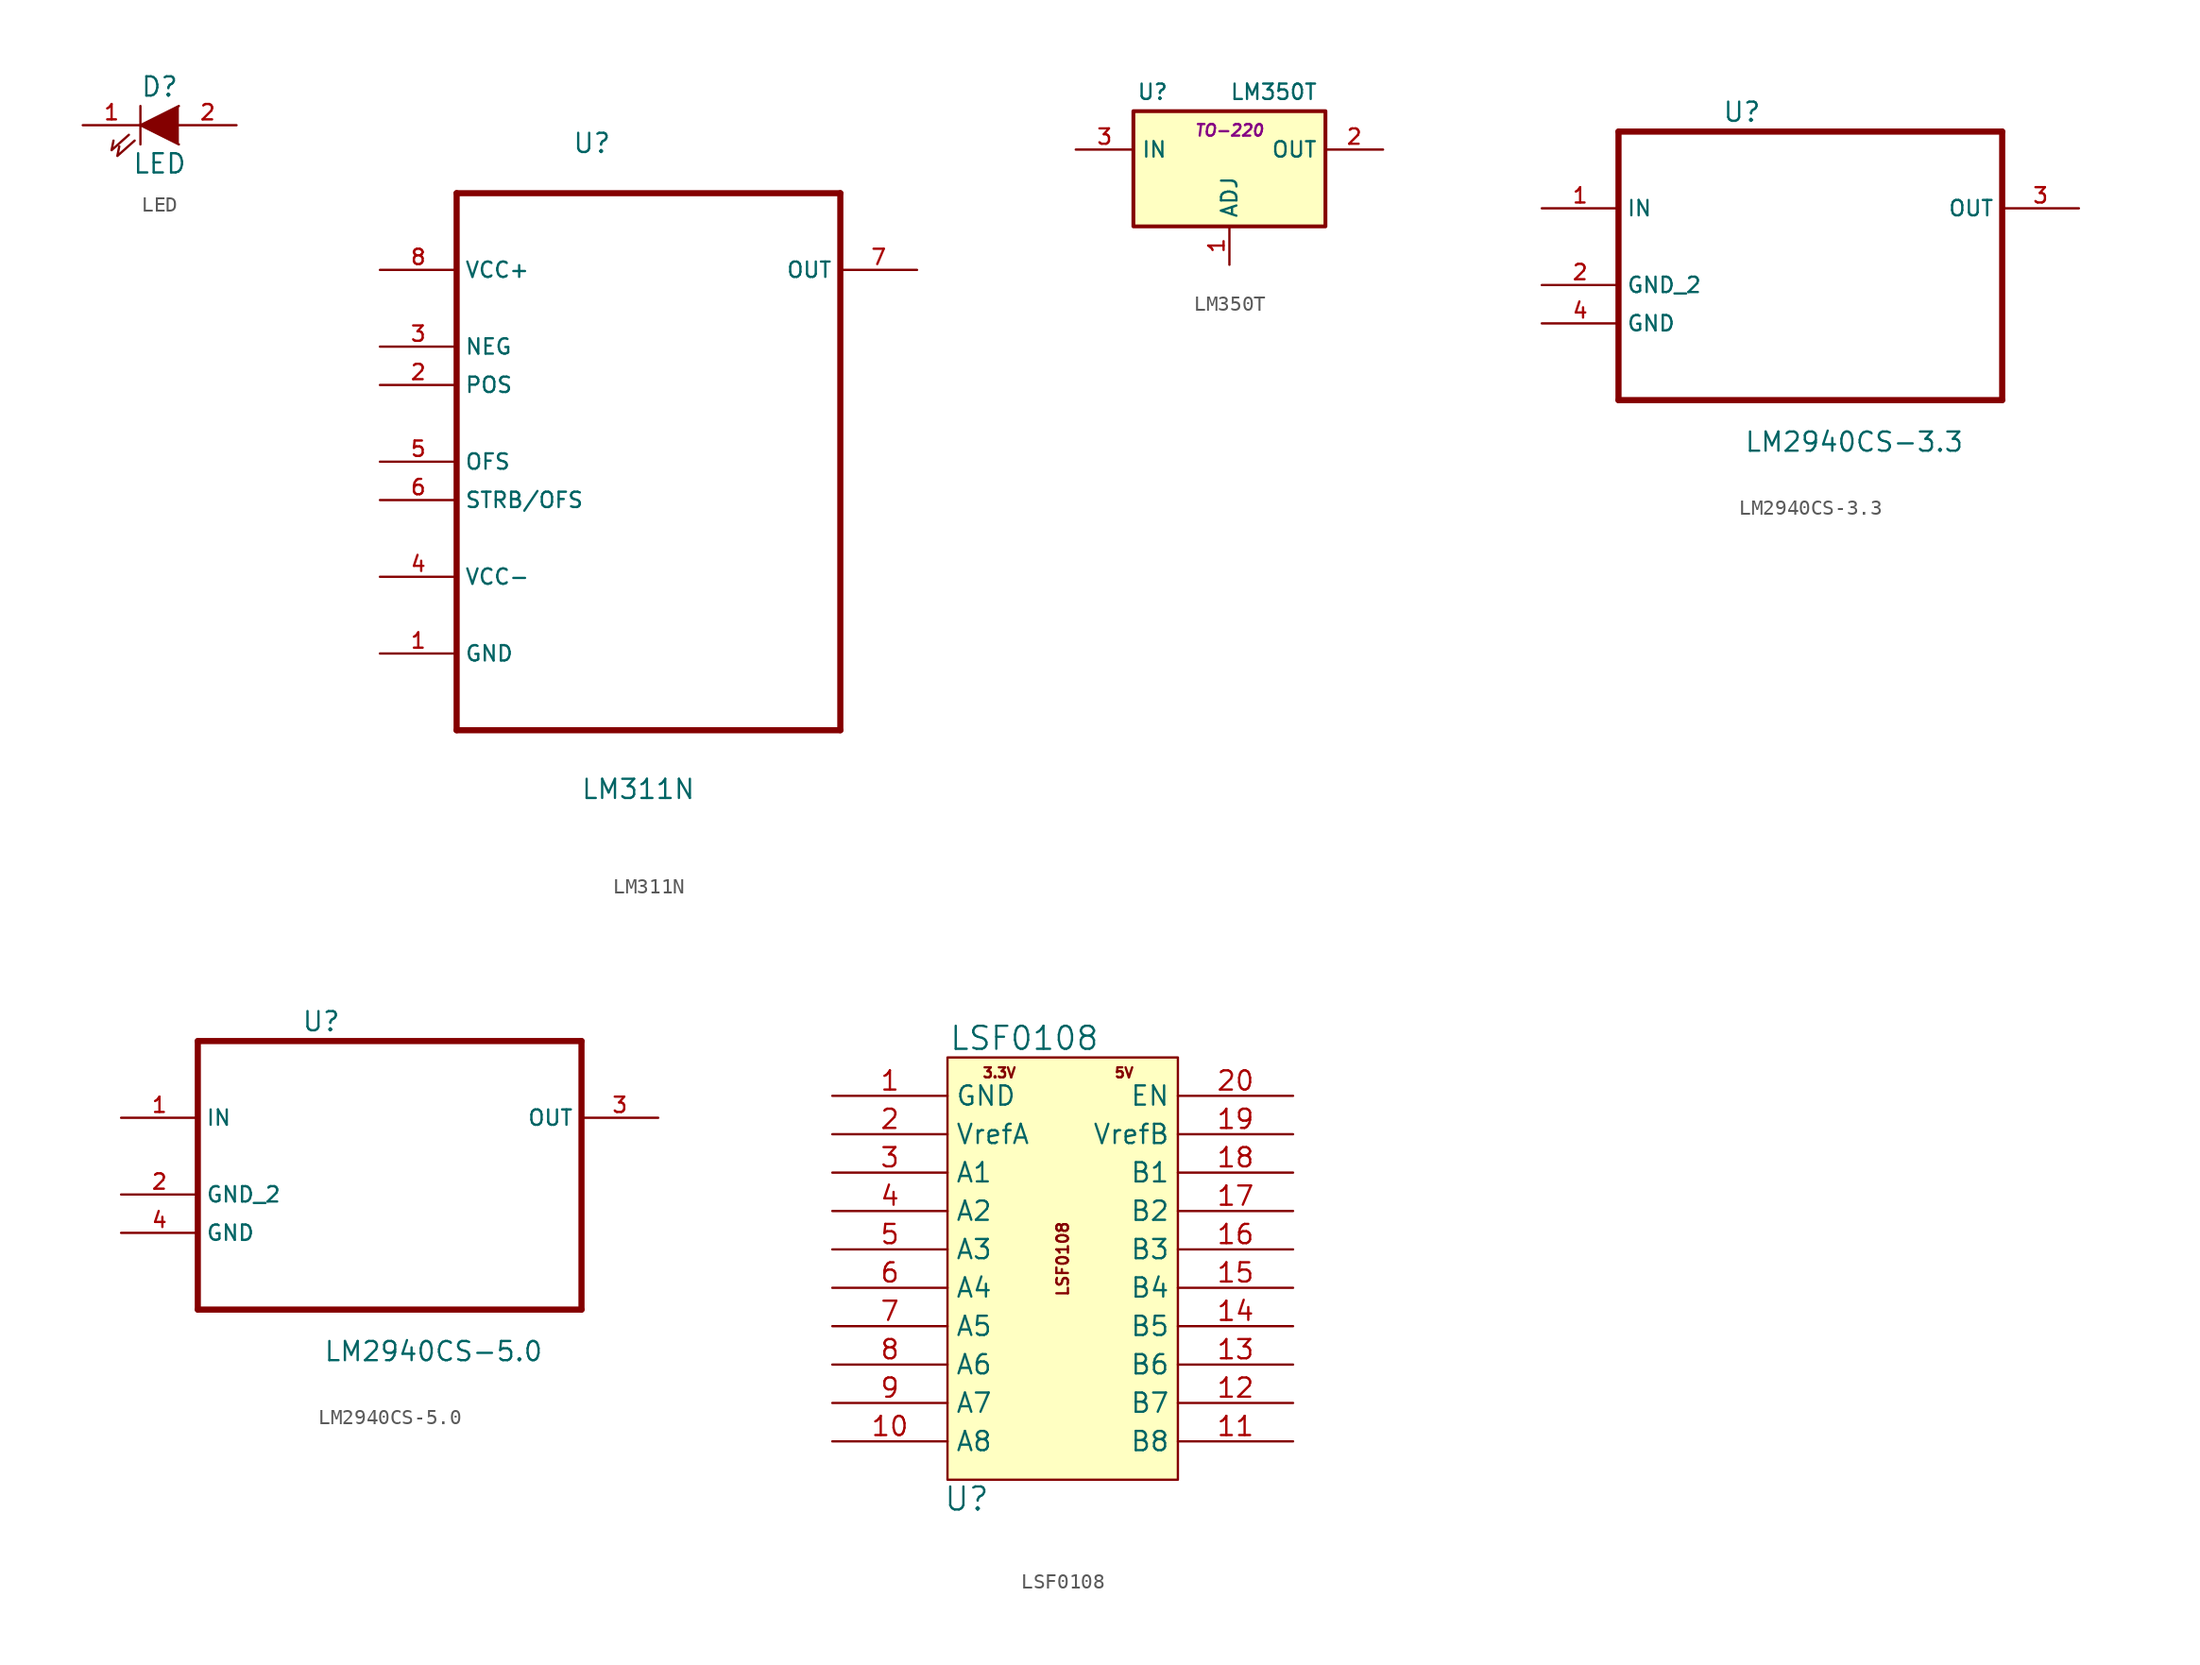
<source format=kicad_sym>
(kicad_symbol_lib
  (version 20201005)
  (generator kicad_symbol_editor)
  (symbol "Zimprich:LED"
    (pin_names hide)
    (property "Reference" "D"
      (at 0 2.54 0)
      (effects (font (size 1.27 1.27))))
    (property "Value" "LED"
      (at 0 -2.54 0)
      (effects (font (size 1.27 1.27))))
    (property "Footprint" ""
      (at 0 0 0)
      (effects (font (size 1.524 1.524))))
    (property "Datasheet" ""
      (at 0 0 0)
      (effects (font (size 1.524 1.524))))
    (symbol "LED_0_1"
      (polyline (pts (xy -1.27 1.27) (xy -1.27 -1.27)) (stroke (width 0)) (fill (type none)))
      (polyline (pts (xy -2.032 -0.635) (xy -3.175 -1.651) (xy -3.048 -1.016)) (stroke (width 0)) (fill (type none)))
      (polyline (pts (xy -1.651 -1.016) (xy -2.794 -2.032) (xy -2.667 -1.397)) (stroke (width 0)) (fill (type none)))
      (polyline (pts (xy 1.27 1.27) (xy -1.27 0) (xy 1.27 -1.27)) (stroke (width 0)) (fill (type outline))))
    (symbol "LED_1_1"
      (pin passive line (at -5.08 0 0) (length 3.81) (name "K" (effects (font (size 1.016 1.016)))) (number "1" (effects (font (size 1.016 1.016)))))
      (pin passive line (at 5.08 0 180) (length 3.81) (name "A" (effects (font (size 1.016 1.016)))) (number "2" (effects (font (size 1.016 1.016)))))))
  (symbol "Zimprich:LM311N"
    (property "Reference" "U"
      (at -5.055 17.805 0)
      (effects (font (size 1.27 1.27)) (justify left bottom)))
    (property "Value" "LM311N"
      (at -4.496 -24.968 0)
      (effects (font (size 1.27 1.27)) (justify left bottom)))
    (symbol "LM311N_0_0"
      (polyline (pts (xy -12.7 -20.32) (xy 12.7 -20.32)) (stroke (width 0.406)) (fill (type none)))
      (polyline (pts (xy -12.7 15.24) (xy -12.7 -20.32)) (stroke (width 0.406)) (fill (type none)))
      (polyline (pts (xy 12.7 -20.32) (xy 12.7 15.24)) (stroke (width 0.406)) (fill (type none)))
      (polyline (pts (xy 12.7 15.24) (xy -12.7 15.24)) (stroke (width 0.406)) (fill (type none)))
      (pin passive line (at -17.78 -15.24 0) (length 5.08) (name "GND" (effects (font (size 1.016 1.016)))) (number "1" (effects (font (size 1.016 1.016)))))
      (pin input line (at -17.78 2.54 0) (length 5.08) (name "POS" (effects (font (size 1.016 1.016)))) (number "2" (effects (font (size 1.016 1.016)))))
      (pin input line (at -17.78 5.08 0) (length 5.08) (name "NEG" (effects (font (size 1.016 1.016)))) (number "3" (effects (font (size 1.016 1.016)))))
      (pin power_in line (at -17.78 -10.16 0) (length 5.08) (name "VCC-" (effects (font (size 1.016 1.016)))) (number "4" (effects (font (size 1.016 1.016)))))
      (pin passive line (at -17.78 -2.54 0) (length 5.08) (name "OFS" (effects (font (size 1.016 1.016)))) (number "5" (effects (font (size 1.016 1.016)))))
      (pin passive line (at -17.78 -5.08 0) (length 5.08) (name "STRB/OFS" (effects (font (size 1.016 1.016)))) (number "6" (effects (font (size 1.016 1.016)))))
      (pin output line (at 17.78 10.16 180) (length 5.08) (name "OUT" (effects (font (size 1.016 1.016)))) (number "7" (effects (font (size 1.016 1.016)))))
      (pin power_in line (at -17.78 10.16 0) (length 5.08) (name "VCC+" (effects (font (size 1.016 1.016)))) (number "8" (effects (font (size 1.016 1.016)))))))
  (symbol "Zimprich:LM350T"
    (property "Reference" "U"
      (at -5.08 5.08 0)
      (effects (font (size 1.016 1.016))))
    (property "Value" "LM350T"
      (at 0 5.08 0)
      (effects (font (size 1.016 1.016)) (justify left)))
    (property "Footprint" "TO-220"
      (at 0 2.54 0)
      (effects (font (size 0.762 0.762) italic)))
    (property "Datasheet" ""
      (at 0 0 0)
      (effects (font (size 1.524 1.524))))
    (symbol "LM350T_0_1"
      (rectangle (start -6.35 3.81) (end 6.35 -3.81) (stroke (width 0.254)) (fill (type background))))
    (symbol "LM350T_1_1"
      (pin input line (at 0 -6.35 90) (length 2.54) (name "ADJ" (effects (font (size 1.016 1.016)))) (number "1" (effects (font (size 1.016 1.016)))))
      (pin power_out line (at 10.16 1.27 180) (length 3.81) (name "OUT" (effects (font (size 1.016 1.016)))) (number "2" (effects (font (size 1.016 1.016)))))
      (pin input line (at -10.16 1.27 0) (length 3.81) (name "IN" (effects (font (size 1.016 1.016)))) (number "3" (effects (font (size 1.016 1.016)))))))
  (symbol "Zimprich:LM2940CS-3.3"
    (property "Reference" "U"
      (at -5.842 6.375 0)
      (effects (font (size 1.27 1.27)) (justify left)))
    (property "Value" "LM2940CS-3.3"
      (at -4.394 -15.469 0)
      (effects (font (size 1.27 1.27)) (justify left)))
    (property "Datasheet" ""
      (at 0 0 0)
      (effects (font (size 1.524 1.524))))
    (property "ki_locked" ""
      (at 0 0 0)
      (effects (font (size 1.27 1.27))))
    (symbol "LM2940CS-3.3_0_0"
      (polyline (pts (xy -12.7 -12.7) (xy 12.7 -12.7)) (stroke (width 0.406)) (fill (type none)))
      (polyline (pts (xy -12.7 5.08) (xy -12.7 -12.7)) (stroke (width 0.406)) (fill (type none)))
      (polyline (pts (xy 12.7 -12.7) (xy 12.7 5.08)) (stroke (width 0.406)) (fill (type none)))
      (polyline (pts (xy 12.7 5.08) (xy -12.7 5.08)) (stroke (width 0.406)) (fill (type none)))
      (pin input line (at -17.78 0 0) (length 5.08) (name "IN" (effects (font (size 1.016 1.016)))) (number "1" (effects (font (size 1.016 1.016)))))
      (pin passive line (at -17.78 -5.08 0) (length 5.08) (name "GND_2" (effects (font (size 1.016 1.016)))) (number "2" (effects (font (size 1.016 1.016)))))
      (pin output line (at 17.78 0 180) (length 5.08) (name "OUT" (effects (font (size 1.016 1.016)))) (number "3" (effects (font (size 1.016 1.016)))))
      (pin passive line (at -17.78 -7.62 0) (length 5.08) (name "GND" (effects (font (size 1.016 1.016)))) (number "4" (effects (font (size 1.016 1.016)))))))
  (symbol "Zimprich:LM2940CS-5.0"
    (property "Reference" "U"
      (at -5.842 6.375 0)
      (effects (font (size 1.27 1.27)) (justify left)))
    (property "Value" "LM2940CS-5.0"
      (at -4.394 -15.469 0)
      (effects (font (size 1.27 1.27)) (justify left)))
    (property "Datasheet" ""
      (at 0 0 0)
      (effects (font (size 1.524 1.524))))
    (property "ki_locked" ""
      (at 0 0 0)
      (effects (font (size 1.27 1.27))))
    (symbol "LM2940CS-5.0_0_0"
      (polyline (pts (xy -12.7 -12.7) (xy 12.7 -12.7)) (stroke (width 0.406)) (fill (type none)))
      (polyline (pts (xy -12.7 5.08) (xy -12.7 -12.7)) (stroke (width 0.406)) (fill (type none)))
      (polyline (pts (xy 12.7 -12.7) (xy 12.7 5.08)) (stroke (width 0.406)) (fill (type none)))
      (polyline (pts (xy 12.7 5.08) (xy -12.7 5.08)) (stroke (width 0.406)) (fill (type none)))
      (pin input line (at -17.78 0 0) (length 5.08) (name "IN" (effects (font (size 1.016 1.016)))) (number "1" (effects (font (size 1.016 1.016)))))
      (pin passive line (at -17.78 -5.08 0) (length 5.08) (name "GND_2" (effects (font (size 1.016 1.016)))) (number "2" (effects (font (size 1.016 1.016)))))
      (pin output line (at 17.78 0 180) (length 5.08) (name "OUT" (effects (font (size 1.016 1.016)))) (number "3" (effects (font (size 1.016 1.016)))))
      (pin passive line (at -17.78 -7.62 0) (length 5.08) (name "GND" (effects (font (size 1.016 1.016)))) (number "4" (effects (font (size 1.016 1.016)))))))
  (symbol "Zimprich:LSF0108"
    (property "Reference" "U"
      (at -6.35 -15.24 0)
      (effects (font (size 1.524 1.524))))
    (property "Value" "LSF0108"
      (at -2.54 15.24 0)
      (effects (font (size 1.524 1.524))))
    (property "Footprint" ""
      (at 0 0 0)
      (effects (font (size 1.524 1.524))))
    (property "Datasheet" ""
      (at 0 0 0)
      (effects (font (size 1.524 1.524))))
    (symbol "LSF0108_0_0"
      (text "3.3V" (at -4.191 12.954 0) (effects (font (size 0.66 0.66))))
      (text "5V" (at 4.064 12.954 0) (effects (font (size 0.66 0.66))))
      (text "LSF0108" (at 0 0.635 900) (effects (font (size 0.762 0.762)))))
    (symbol "LSF0108_0_1"
      (rectangle (start -7.62 13.97) (end 7.62 -13.97) (stroke (width 0)) (fill (type background))))
    (symbol "LSF0108_1_1"
      (pin power_in line (at -15.24 11.43 0) (length 7.62) (name "GND" (effects (font (size 1.27 1.27)))) (number "1" (effects (font (size 1.27 1.27)))))
      (pin bidirectional line (at -15.24 -11.43 0) (length 7.62) (name "A8" (effects (font (size 1.27 1.27)))) (number "10" (effects (font (size 1.27 1.27)))))
      (pin bidirectional line (at 15.24 -11.43 180) (length 7.62) (name "B8" (effects (font (size 1.27 1.27)))) (number "11" (effects (font (size 1.27 1.27)))))
      (pin bidirectional line (at 15.24 -8.89 180) (length 7.62) (name "B7" (effects (font (size 1.27 1.27)))) (number "12" (effects (font (size 1.27 1.27)))))
      (pin bidirectional line (at 15.24 -6.35 180) (length 7.62) (name "B6" (effects (font (size 1.27 1.27)))) (number "13" (effects (font (size 1.27 1.27)))))
      (pin bidirectional line (at 15.24 -3.81 180) (length 7.62) (name "B5" (effects (font (size 1.27 1.27)))) (number "14" (effects (font (size 1.27 1.27)))))
      (pin bidirectional line (at 15.24 -1.27 180) (length 7.62) (name "B4" (effects (font (size 1.27 1.27)))) (number "15" (effects (font (size 1.27 1.27)))))
      (pin bidirectional line (at 15.24 1.27 180) (length 7.62) (name "B3" (effects (font (size 1.27 1.27)))) (number "16" (effects (font (size 1.27 1.27)))))
      (pin bidirectional line (at 15.24 3.81 180) (length 7.62) (name "B2" (effects (font (size 1.27 1.27)))) (number "17" (effects (font (size 1.27 1.27)))))
      (pin bidirectional line (at 15.24 6.35 180) (length 7.62) (name "B1" (effects (font (size 1.27 1.27)))) (number "18" (effects (font (size 1.27 1.27)))))
      (pin power_in line (at 15.24 8.89 180) (length 7.62) (name "VrefB" (effects (font (size 1.27 1.27)))) (number "19" (effects (font (size 1.27 1.27)))))
      (pin power_in line (at -15.24 8.89 0) (length 7.62) (name "VrefA" (effects (font (size 1.27 1.27)))) (number "2" (effects (font (size 1.27 1.27)))))
      (pin input line (at 15.24 11.43 180) (length 7.62) (name "EN" (effects (font (size 1.27 1.27)))) (number "20" (effects (font (size 1.27 1.27)))))
      (pin bidirectional line (at -15.24 6.35 0) (length 7.62) (name "A1" (effects (font (size 1.27 1.27)))) (number "3" (effects (font (size 1.27 1.27)))))
      (pin bidirectional line (at -15.24 3.81 0) (length 7.62) (name "A2" (effects (font (size 1.27 1.27)))) (number "4" (effects (font (size 1.27 1.27)))))
      (pin bidirectional line (at -15.24 1.27 0) (length 7.62) (name "A3" (effects (font (size 1.27 1.27)))) (number "5" (effects (font (size 1.27 1.27)))))
      (pin bidirectional line (at -15.24 -1.27 0) (length 7.62) (name "A4" (effects (font (size 1.27 1.27)))) (number "6" (effects (font (size 1.27 1.27)))))
      (pin bidirectional line (at -15.24 -3.81 0) (length 7.62) (name "A5" (effects (font (size 1.27 1.27)))) (number "7" (effects (font (size 1.27 1.27)))))
      (pin bidirectional line (at -15.24 -6.35 0) (length 7.62) (name "A6" (effects (font (size 1.27 1.27)))) (number "8" (effects (font (size 1.27 1.27)))))
      (pin bidirectional line (at -15.24 -8.89 0) (length 7.62) (name "A7" (effects (font (size 1.27 1.27)))) (number "9" (effects (font (size 1.27 1.27))))))))
</source>
